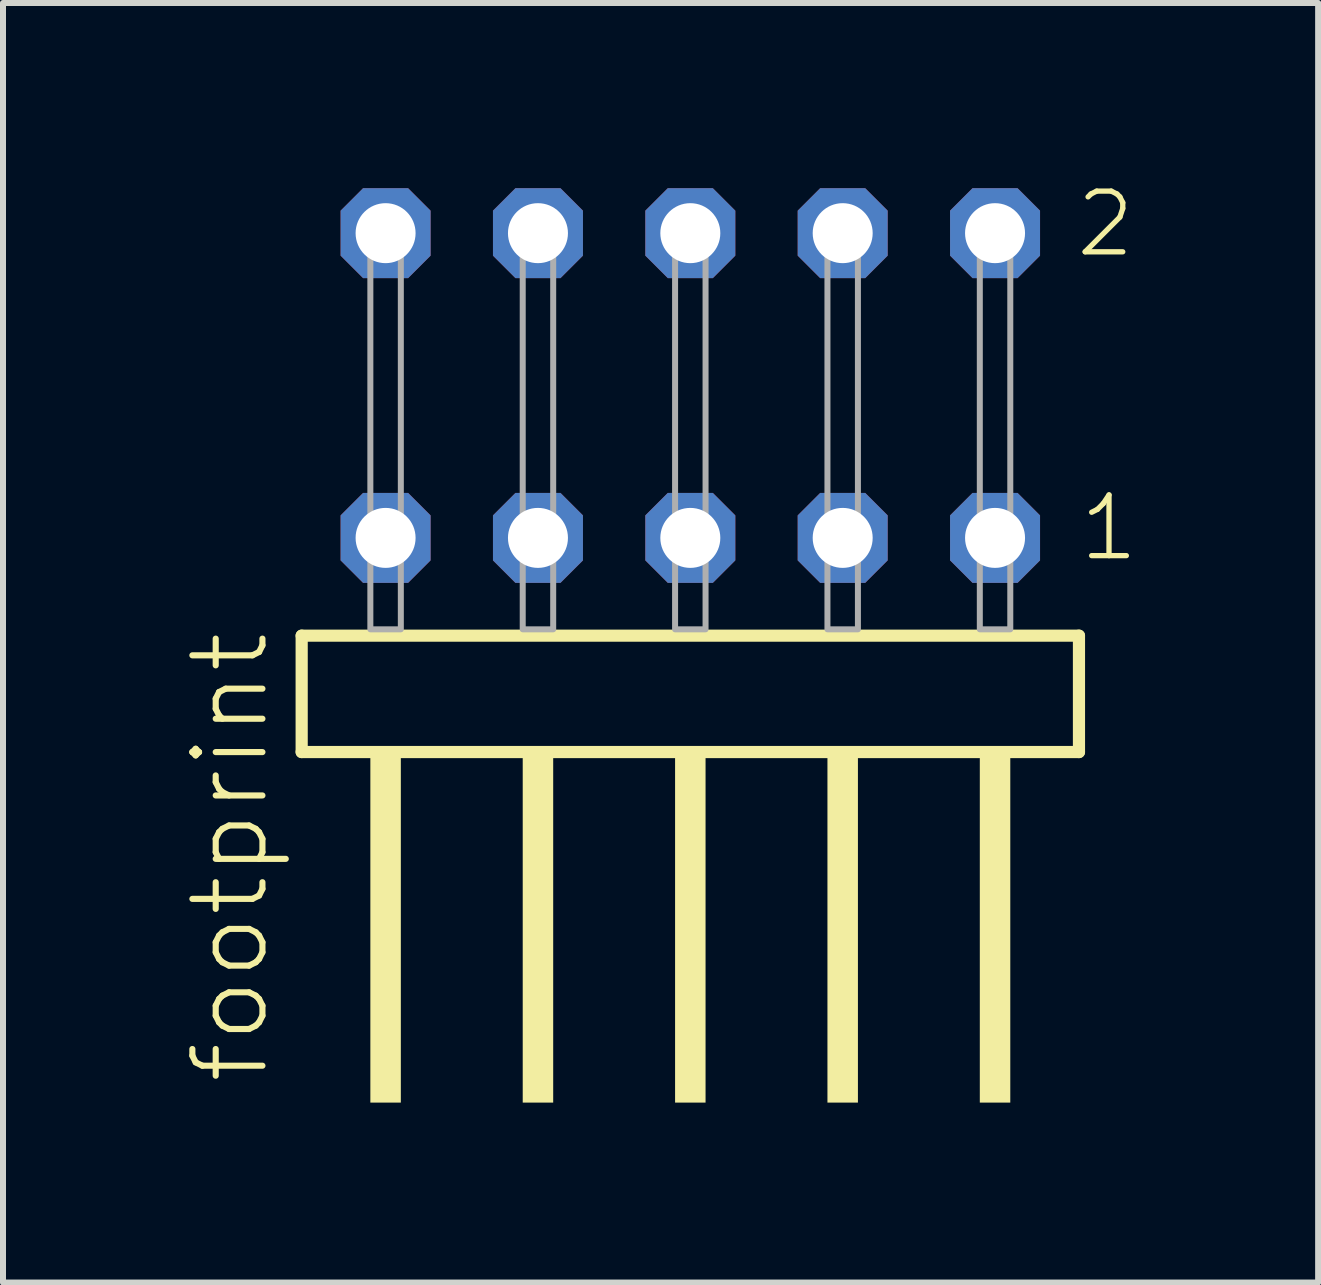
<source format=kicad_pcb>
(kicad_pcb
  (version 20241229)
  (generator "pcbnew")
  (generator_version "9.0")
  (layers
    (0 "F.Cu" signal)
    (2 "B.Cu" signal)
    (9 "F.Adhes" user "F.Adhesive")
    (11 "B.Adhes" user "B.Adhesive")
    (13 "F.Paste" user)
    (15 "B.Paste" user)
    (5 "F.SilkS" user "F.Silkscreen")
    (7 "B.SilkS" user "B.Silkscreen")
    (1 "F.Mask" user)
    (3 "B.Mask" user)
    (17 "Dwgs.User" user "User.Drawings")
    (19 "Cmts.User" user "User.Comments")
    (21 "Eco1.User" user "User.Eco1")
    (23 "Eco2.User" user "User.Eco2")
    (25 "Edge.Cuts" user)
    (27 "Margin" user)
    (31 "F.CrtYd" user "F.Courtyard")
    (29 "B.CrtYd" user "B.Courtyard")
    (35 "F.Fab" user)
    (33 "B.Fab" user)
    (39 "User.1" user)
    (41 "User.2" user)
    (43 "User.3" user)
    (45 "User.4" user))
  (footprint "footprint"
    (layer "F.Cu")
    (at 8.458 7.441)
    (property "Reference" "footprint" (at -6.985 7.62 90) (layer "F.SilkS") (effects (font (size 1.168 1.168) (thickness 0.102)) (justify left bottom)))
    (fp_line (start -6.479 0.106) (end -6.479 2.046) (stroke (width 0.203) (type solid)) (layer "F.SilkS"))
    (fp_line (start -6.479 2.046) (end 6.479 2.046) (stroke (width 0.203) (type solid)) (layer "F.SilkS"))
    (fp_line (start 6.479 0.106) (end -6.479 0.106) (stroke (width 0.203) (type solid)) (layer "F.SilkS"))
    (fp_line (start 6.479 2.046) (end 6.479 0.106) (stroke (width 0.203) (type solid)) (layer "F.SilkS"))
    (fp_poly (pts (xy -5.334 7.89) (xy -4.826 7.89) (xy -4.826 2.04) (xy -5.334 2.04)) (stroke (width 0) (type solid)) (fill yes) (layer "F.SilkS"))
    (fp_poly (pts (xy -2.794 7.89) (xy -2.286 7.89) (xy -2.286 2.04) (xy -2.794 2.04)) (stroke (width 0) (type solid)) (fill yes) (layer "F.SilkS"))
    (fp_poly (pts (xy -0.254 7.89) (xy 0.254 7.89) (xy 0.254 2.04) (xy -0.254 2.04)) (stroke (width 0) (type solid)) (fill yes) (layer "F.SilkS"))
    (fp_poly (pts (xy 2.286 7.89) (xy 2.794 7.89) (xy 2.794 2.04) (xy 2.286 2.04)) (stroke (width 0) (type solid)) (fill yes) (layer "F.SilkS"))
    (fp_poly (pts (xy 4.826 7.89) (xy 5.334 7.89) (xy 5.334 2.04) (xy 4.826 2.04)) (stroke (width 0) (type solid)) (fill yes) (layer "F.SilkS"))
    (fp_poly (pts (xy -5.334 0) (xy -4.826 0) (xy -4.826 -6.858) (xy -5.334 -6.858)) (stroke (width 0.1) (type solid)) (fill no) (layer "F.Fab"))
    (fp_poly (pts (xy -2.794 0) (xy -2.286 0) (xy -2.286 -6.858) (xy -2.794 -6.858)) (stroke (width 0.1) (type solid)) (fill no) (layer "F.Fab"))
    (fp_poly (pts (xy -0.254 0) (xy 0.254 0) (xy 0.254 -6.858) (xy -0.254 -6.858)) (stroke (width 0.1) (type solid)) (fill no) (layer "F.Fab"))
    (fp_poly (pts (xy 2.286 0) (xy 2.794 0) (xy 2.794 -6.858) (xy 2.286 -6.858)) (stroke (width 0.1) (type solid)) (fill no) (layer "F.Fab"))
    (fp_poly (pts (xy 4.826 0) (xy 5.334 0) (xy 5.334 -6.858) (xy 4.826 -6.858)) (stroke (width 0.1) (type solid)) (fill no) (layer "F.Fab"))
    (fp_text user "1" (at 6.44 -1.1 0) (layer "F.SilkS") (effects (font (size 1.012 1.012) (thickness 0.088)) (justify left bottom)))
    (fp_text user "2" (at 6.38 -6.165 0) (layer "F.SilkS") (effects (font (size 1.012 1.012) (thickness 0.088)) (justify left bottom)))
    (pad "1" thru_hole roundrect (at 5.08 -1.524 180) (size 1.5 1.5) (drill 1) (layers "*.Cu" "*.Mask") (roundrect_rratio 0.25) (chamfer_ratio 0.25) (chamfer top_left top_right bottom_left bottom_right))
    (pad "2" thru_hole roundrect (at 5.08 -6.604 180) (size 1.5 1.5) (drill 1) (layers "*.Cu" "*.Mask") (roundrect_rratio 0.25) (chamfer_ratio 0.25) (chamfer top_left top_right bottom_left bottom_right))
    (pad "3" thru_hole roundrect (at 2.54 -1.524 180) (size 1.5 1.5) (drill 1) (layers "*.Cu" "*.Mask") (roundrect_rratio 0.25) (chamfer_ratio 0.25) (chamfer top_left top_right bottom_left bottom_right))
    (pad "4" thru_hole roundrect (at 2.54 -6.604 180) (size 1.5 1.5) (drill 1) (layers "*.Cu" "*.Mask") (roundrect_rratio 0.25) (chamfer_ratio 0.25) (chamfer top_left top_right bottom_left bottom_right))
    (pad "5" thru_hole roundrect (at 0 -1.524 180) (size 1.5 1.5) (drill 1) (layers "*.Cu" "*.Mask") (roundrect_rratio 0.25) (chamfer_ratio 0.25) (chamfer top_left top_right bottom_left bottom_right))
    (pad "6" thru_hole roundrect (at 0 -6.604 180) (size 1.5 1.5) (drill 1) (layers "*.Cu" "*.Mask") (roundrect_rratio 0.25) (chamfer_ratio 0.25) (chamfer top_left top_right bottom_left bottom_right))
    (pad "7" thru_hole roundrect (at -2.54 -1.524 180) (size 1.5 1.5) (drill 1) (layers "*.Cu" "*.Mask") (roundrect_rratio 0.25) (chamfer_ratio 0.25) (chamfer top_left top_right bottom_left bottom_right))
    (pad "8" thru_hole roundrect (at -2.54 -6.604 180) (size 1.5 1.5) (drill 1) (layers "*.Cu" "*.Mask") (roundrect_rratio 0.25) (chamfer_ratio 0.25) (chamfer top_left top_right bottom_left bottom_right))
    (pad "9" thru_hole roundrect (at -5.08 -1.524 180) (size 1.5 1.5) (drill 1) (layers "*.Cu" "*.Mask") (roundrect_rratio 0.25) (chamfer_ratio 0.25) (chamfer top_left top_right bottom_left bottom_right))
    (pad "10" thru_hole roundrect (at -5.08 -6.604 180) (size 1.5 1.5) (drill 1) (layers "*.Cu" "*.Mask") (roundrect_rratio 0.25) (chamfer_ratio 0.25) (chamfer top_left top_right bottom_left bottom_right)))
  (gr_rect
    (start -3 -3)
    (end 18.924 18.331)
    (stroke (width 0.1) (type default))
    (fill no)
    (layer "Edge.Cuts")))
</source>
